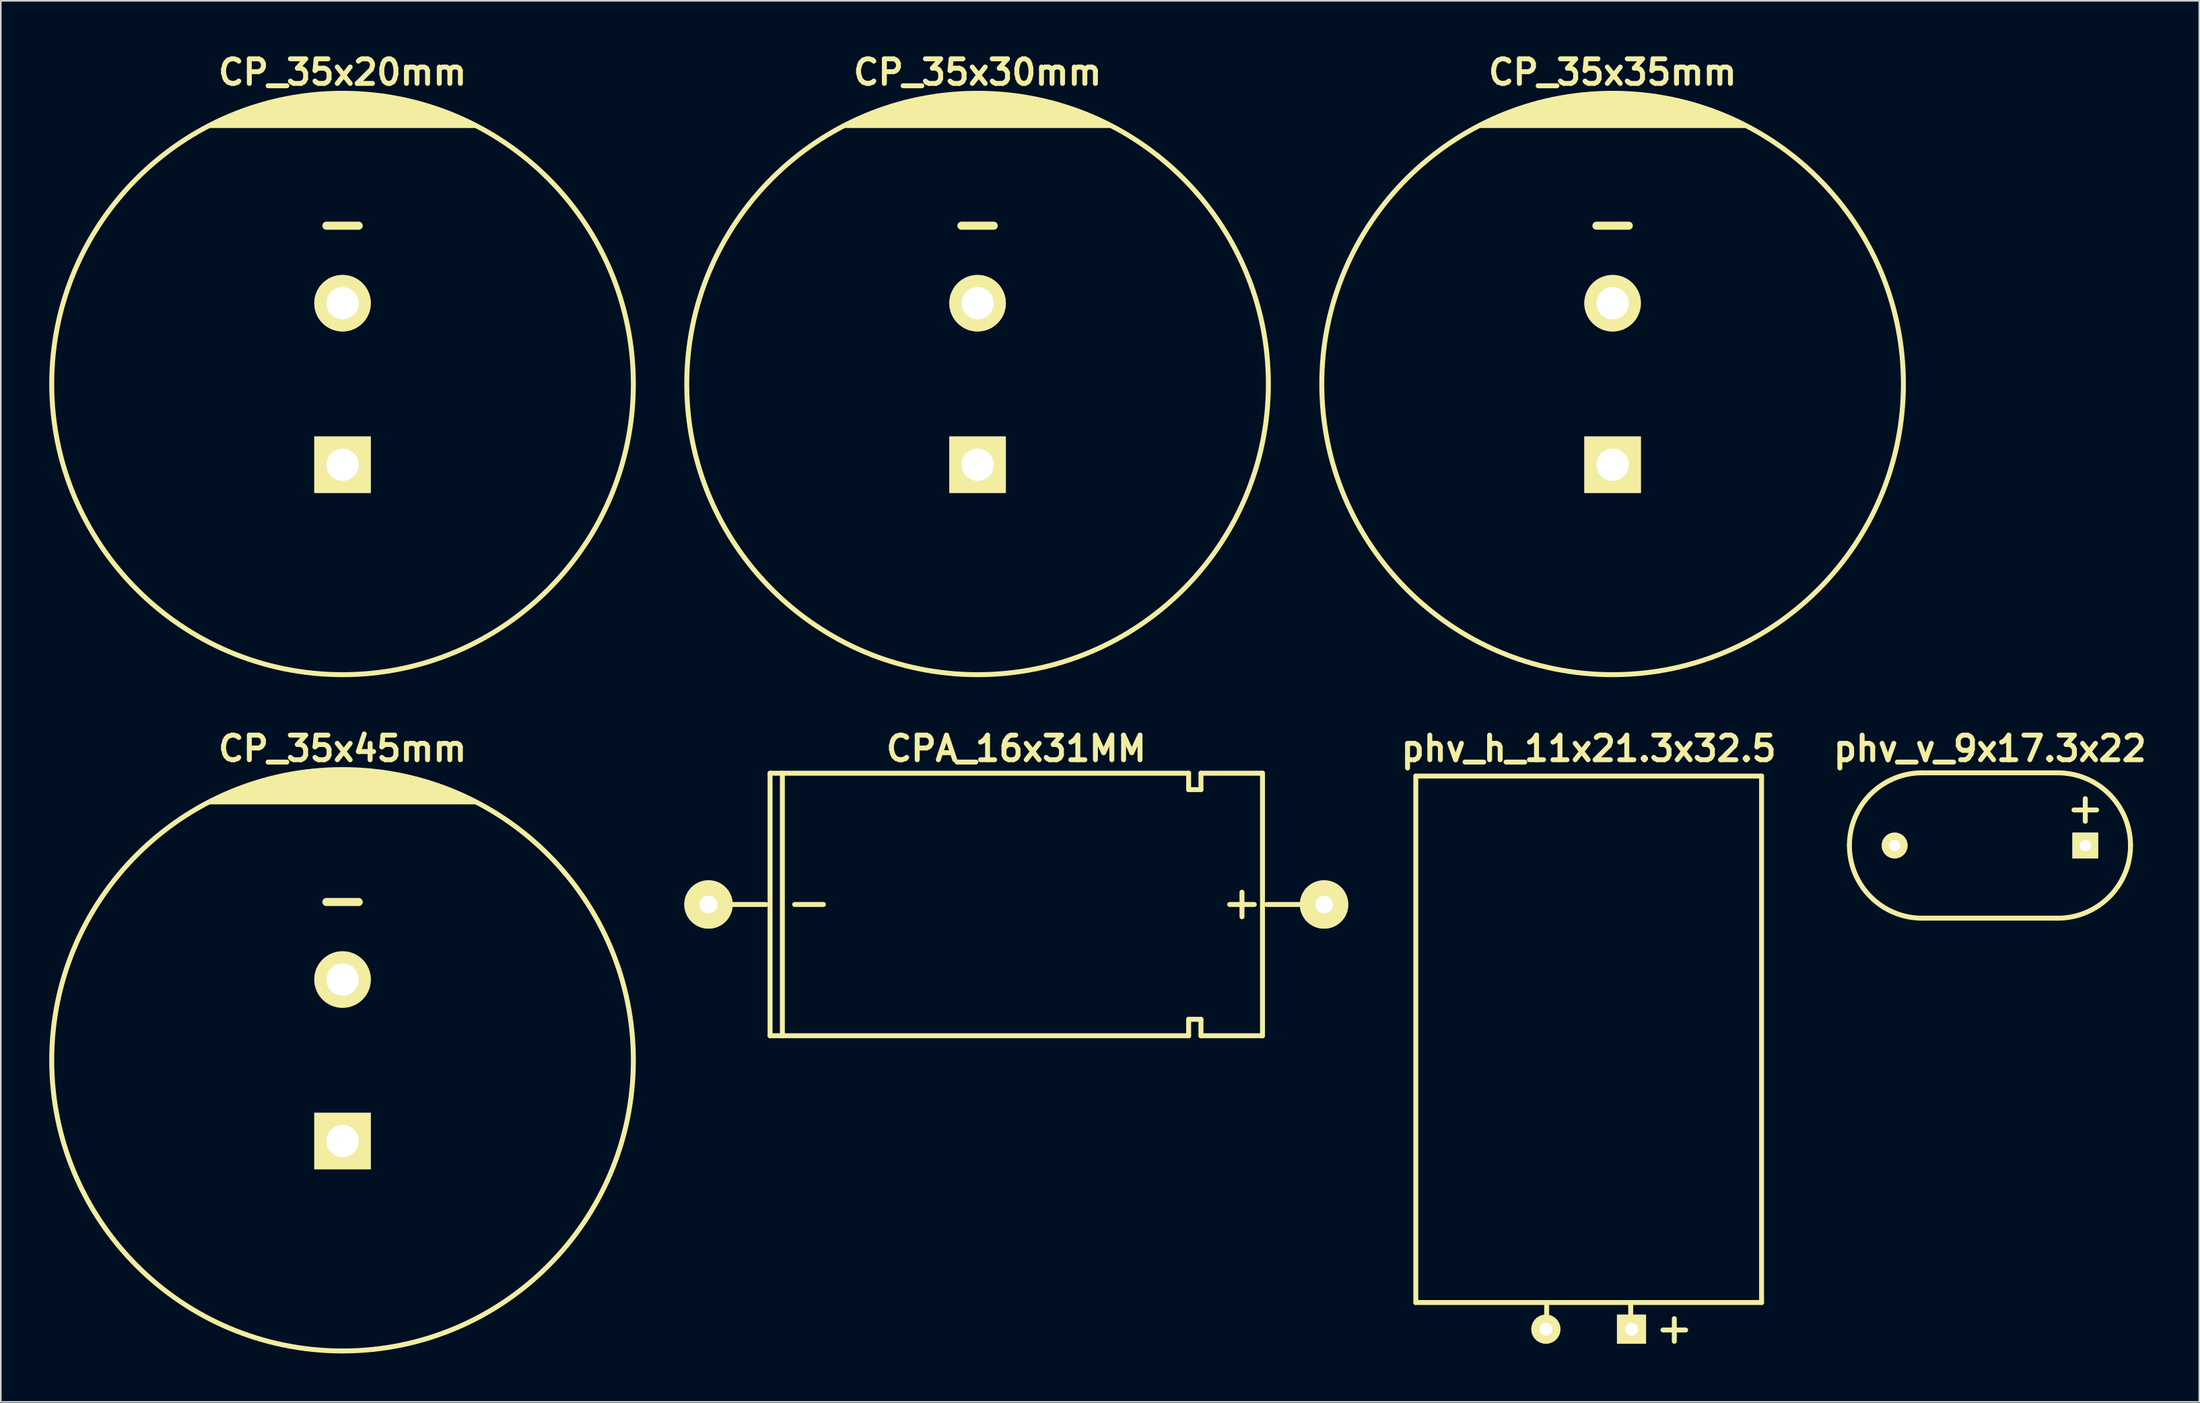
<source format=kicad_pcb>
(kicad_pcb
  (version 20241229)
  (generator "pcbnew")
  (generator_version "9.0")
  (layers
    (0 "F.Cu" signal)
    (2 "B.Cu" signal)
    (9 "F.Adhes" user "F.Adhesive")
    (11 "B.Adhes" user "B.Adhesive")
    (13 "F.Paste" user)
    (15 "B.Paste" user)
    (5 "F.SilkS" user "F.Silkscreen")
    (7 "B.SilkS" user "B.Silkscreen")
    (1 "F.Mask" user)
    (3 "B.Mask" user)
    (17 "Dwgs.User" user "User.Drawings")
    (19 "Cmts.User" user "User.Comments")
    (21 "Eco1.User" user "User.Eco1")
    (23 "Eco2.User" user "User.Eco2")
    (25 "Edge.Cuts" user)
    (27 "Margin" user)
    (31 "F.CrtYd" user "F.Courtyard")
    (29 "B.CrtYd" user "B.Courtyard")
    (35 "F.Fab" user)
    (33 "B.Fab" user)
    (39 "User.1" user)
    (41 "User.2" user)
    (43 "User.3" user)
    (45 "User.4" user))
  (footprint "phv_v_9x17.3x22"
    (layer "F.Cu")
    (at 120.119 49.305)
    (property "Reference" "phv_v_9x17.3x22" (at 0 -6 0) (layer "F.SilkS") (effects (font (size 1.524 1.524) (thickness 0.305))))
    (attr through_hole)
    (fp_line (start -4.2 4.5) (end 4.2 4.5) (stroke (width 0.305) (type solid)) (layer "F.SilkS"))
    (fp_line (start 4.2 -4.5) (end -4.2 -4.5) (stroke (width 0.305) (type solid)) (layer "F.SilkS"))
    (fp_line (start 5.2 -2.2) (end 6.6 -2.2) (stroke (width 0.305) (type solid)) (layer "F.SilkS"))
    (fp_line (start 5.9 -1.5) (end 5.9 -2.9) (stroke (width 0.305) (type solid)) (layer "F.SilkS"))
    (fp_arc (start -8.7 0) (mid -7.381981 -3.181981) (end -4.2 -4.5) (stroke (width 0.3048) (type solid)) (layer "F.SilkS"))
    (fp_arc (start -4.2 4.5) (mid -7.381981 3.181981) (end -8.7 0) (stroke (width 0.3048) (type solid)) (layer "F.SilkS"))
    (fp_arc (start 4.2 -4.5) (mid 7.381981 -3.181981) (end 8.7 0) (stroke (width 0.3048) (type solid)) (layer "F.SilkS"))
    (fp_arc (start 8.7 0) (mid 7.381981 3.181981) (end 4.2 4.5) (stroke (width 0.3048) (type solid)) (layer "F.SilkS"))
    (pad "1" thru_hole rect (at 5.9 0) (size 1.6 1.6) (drill 0.7) (layers "*.Cu" "*.Mask" "F.SilkS"))
    (pad "2" thru_hole circle (at -5.9 0) (size 1.6 1.6) (drill 0.7) (layers "*.Cu" "*.Mask" "F.SilkS")))
  (footprint "CP_35x35mm"
    (layer "F.Cu")
    (at 96.762 20.726)
    (property "Reference" "CP_35x35mm" (at 0 -19.3 0) (layer "F.SilkS") (effects (font (size 1.524 1.524) (thickness 0.305))))
    (attr through_hole)
    (fp_line (start -8.2 -16) (end 8.2 -16) (stroke (width 0.305) (type solid)) (layer "F.SilkS"))
    (fp_line (start -7.8 -16.2) (end 7.8 -16.2) (stroke (width 0.305) (type solid)) (layer "F.SilkS"))
    (fp_line (start -7.4 -16.4) (end 7.4 -16.4) (stroke (width 0.305) (type solid)) (layer "F.SilkS"))
    (fp_line (start -6.9 -16.6) (end 6.9 -16.6) (stroke (width 0.305) (type solid)) (layer "F.SilkS"))
    (fp_line (start -6.4 -16.8) (end 6.4 -16.8) (stroke (width 0.305) (type solid)) (layer "F.SilkS"))
    (fp_line (start -5.9 -17) (end 5.9 -17) (stroke (width 0.305) (type solid)) (layer "F.SilkS"))
    (fp_line (start -5.2 -17.2) (end 5.2 -17.2) (stroke (width 0.305) (type solid)) (layer "F.SilkS"))
    (fp_line (start -4.6 -17.4) (end 4.6 -17.4) (stroke (width 0.305) (type solid)) (layer "F.SilkS"))
    (fp_line (start -3.7 -17.6) (end 3.7 -17.6) (stroke (width 0.305) (type solid)) (layer "F.SilkS"))
    (fp_line (start -2.6 -17.8) (end 2.6 -17.8) (stroke (width 0.305) (type solid)) (layer "F.SilkS"))
    (fp_line (start -1 -9.8) (end 1 -9.8) (stroke (width 0.5) (type solid)) (layer "F.SilkS"))
    (fp_circle (center 0 0) (end -18 0) (stroke (width 0.305) (type solid)) (fill no) (layer "F.SilkS"))
    (pad "1" thru_hole rect (at 0 5) (size 3.5 3.5) (drill 2) (layers "*.Cu" "*.Mask" "F.SilkS"))
    (pad "2" thru_hole circle (at 0 -5) (size 3.5 3.5) (drill 2) (layers "*.Cu" "*.Mask" "F.SilkS")))
  (footprint "CP_35x45mm"
    (layer "F.Cu")
    (at 18.152 62.605)
    (property "Reference" "CP_35x45mm" (at 0 -19.3 0) (layer "F.SilkS") (effects (font (size 1.524 1.524) (thickness 0.305))))
    (attr through_hole)
    (fp_line (start -8.2 -16) (end 8.2 -16) (stroke (width 0.305) (type solid)) (layer "F.SilkS"))
    (fp_line (start -7.8 -16.2) (end 7.8 -16.2) (stroke (width 0.305) (type solid)) (layer "F.SilkS"))
    (fp_line (start -7.4 -16.4) (end 7.4 -16.4) (stroke (width 0.305) (type solid)) (layer "F.SilkS"))
    (fp_line (start -6.9 -16.6) (end 6.9 -16.6) (stroke (width 0.305) (type solid)) (layer "F.SilkS"))
    (fp_line (start -6.4 -16.8) (end 6.4 -16.8) (stroke (width 0.305) (type solid)) (layer "F.SilkS"))
    (fp_line (start -5.9 -17) (end 5.9 -17) (stroke (width 0.305) (type solid)) (layer "F.SilkS"))
    (fp_line (start -5.2 -17.2) (end 5.2 -17.2) (stroke (width 0.305) (type solid)) (layer "F.SilkS"))
    (fp_line (start -4.6 -17.4) (end 4.6 -17.4) (stroke (width 0.305) (type solid)) (layer "F.SilkS"))
    (fp_line (start -3.7 -17.6) (end 3.7 -17.6) (stroke (width 0.305) (type solid)) (layer "F.SilkS"))
    (fp_line (start -2.6 -17.8) (end 2.6 -17.8) (stroke (width 0.305) (type solid)) (layer "F.SilkS"))
    (fp_line (start -1 -9.8) (end 1 -9.8) (stroke (width 0.5) (type solid)) (layer "F.SilkS"))
    (fp_circle (center 0 0) (end -18 0) (stroke (width 0.305) (type solid)) (fill no) (layer "F.SilkS"))
    (pad "1" thru_hole rect (at 0 5) (size 3.5 3.5) (drill 2) (layers "*.Cu" "*.Mask" "F.SilkS"))
    (pad "2" thru_hole circle (at 0 -5) (size 3.5 3.5) (drill 2) (layers "*.Cu" "*.Mask" "F.SilkS")))
  (footprint "CP_35x30mm"
    (layer "F.Cu")
    (at 57.457 20.726)
    (property "Reference" "CP_35x30mm" (at 0 -19.3 0) (layer "F.SilkS") (effects (font (size 1.524 1.524) (thickness 0.305))))
    (attr through_hole)
    (fp_line (start -8.2 -16) (end 8.2 -16) (stroke (width 0.305) (type solid)) (layer "F.SilkS"))
    (fp_line (start -7.8 -16.2) (end 7.8 -16.2) (stroke (width 0.305) (type solid)) (layer "F.SilkS"))
    (fp_line (start -7.4 -16.4) (end 7.4 -16.4) (stroke (width 0.305) (type solid)) (layer "F.SilkS"))
    (fp_line (start -6.9 -16.6) (end 6.9 -16.6) (stroke (width 0.305) (type solid)) (layer "F.SilkS"))
    (fp_line (start -6.4 -16.8) (end 6.4 -16.8) (stroke (width 0.305) (type solid)) (layer "F.SilkS"))
    (fp_line (start -5.9 -17) (end 5.9 -17) (stroke (width 0.305) (type solid)) (layer "F.SilkS"))
    (fp_line (start -5.2 -17.2) (end 5.2 -17.2) (stroke (width 0.305) (type solid)) (layer "F.SilkS"))
    (fp_line (start -4.6 -17.4) (end 4.6 -17.4) (stroke (width 0.305) (type solid)) (layer "F.SilkS"))
    (fp_line (start -3.7 -17.6) (end 3.7 -17.6) (stroke (width 0.305) (type solid)) (layer "F.SilkS"))
    (fp_line (start -2.6 -17.8) (end 2.6 -17.8) (stroke (width 0.305) (type solid)) (layer "F.SilkS"))
    (fp_line (start -1 -9.8) (end 1 -9.8) (stroke (width 0.5) (type solid)) (layer "F.SilkS"))
    (fp_circle (center 0 0) (end -18 0) (stroke (width 0.305) (type solid)) (fill no) (layer "F.SilkS"))
    (pad "1" thru_hole rect (at 0 5) (size 3.5 3.5) (drill 2) (layers "*.Cu" "*.Mask" "F.SilkS"))
    (pad "2" thru_hole circle (at 0 -5) (size 3.5 3.5) (drill 2) (layers "*.Cu" "*.Mask" "F.SilkS")))
  (footprint "phv_h_11x21.3x32.5"
    (layer "F.Cu")
    (at 95.282 62.305)
    (property "Reference" "phv_h_11x21.3x32.5" (at 0 -19 0) (layer "F.SilkS") (effects (font (size 1.524 1.524) (thickness 0.305))))
    (attr through_hole)
    (fp_line (start -10.7 -17.3) (end 10.7 -17.3) (stroke (width 0.305) (type solid)) (layer "F.SilkS"))
    (fp_line (start -10.7 15.3) (end -10.7 -17.3) (stroke (width 0.305) (type solid)) (layer "F.SilkS"))
    (fp_line (start -10.7 15.3) (end 10.7 15.3) (stroke (width 0.305) (type solid)) (layer "F.SilkS"))
    (fp_line (start -2.6 17) (end -2.6 15.3) (stroke (width 0.305) (type solid)) (layer "F.SilkS"))
    (fp_line (start 2.6 17) (end 2.6 15.3) (stroke (width 0.305) (type solid)) (layer "F.SilkS"))
    (fp_line (start 4.6 17) (end 6 17) (stroke (width 0.305) (type solid)) (layer "F.SilkS"))
    (fp_line (start 5.3 17.7) (end 5.3 16.3) (stroke (width 0.305) (type solid)) (layer "F.SilkS"))
    (fp_line (start 10.7 15.3) (end 10.7 -17.3) (stroke (width 0.305) (type solid)) (layer "F.SilkS"))
    (pad "1" thru_hole rect (at 2.65 16.95) (size 1.8 1.8) (drill 0.8) (layers "*.Cu" "*.Mask" "F.SilkS"))
    (pad "2" thru_hole circle (at -2.65 16.95) (size 1.8 1.8) (drill 0.8) (layers "*.Cu" "*.Mask" "F.SilkS")))
  (footprint "CP_35x20mm"
    (layer "F.Cu")
    (at 18.152 20.726)
    (property "Reference" "CP_35x20mm" (at 0 -19.3 0) (layer "F.SilkS") (effects (font (size 1.524 1.524) (thickness 0.305))))
    (attr through_hole)
    (fp_line (start -8.2 -16) (end 8.2 -16) (stroke (width 0.305) (type solid)) (layer "F.SilkS"))
    (fp_line (start -7.8 -16.2) (end 7.8 -16.2) (stroke (width 0.305) (type solid)) (layer "F.SilkS"))
    (fp_line (start -7.4 -16.4) (end 7.4 -16.4) (stroke (width 0.305) (type solid)) (layer "F.SilkS"))
    (fp_line (start -6.9 -16.6) (end 6.9 -16.6) (stroke (width 0.305) (type solid)) (layer "F.SilkS"))
    (fp_line (start -6.4 -16.8) (end 6.4 -16.8) (stroke (width 0.305) (type solid)) (layer "F.SilkS"))
    (fp_line (start -5.9 -17) (end 5.9 -17) (stroke (width 0.305) (type solid)) (layer "F.SilkS"))
    (fp_line (start -5.2 -17.2) (end 5.2 -17.2) (stroke (width 0.305) (type solid)) (layer "F.SilkS"))
    (fp_line (start -4.6 -17.4) (end 4.6 -17.4) (stroke (width 0.305) (type solid)) (layer "F.SilkS"))
    (fp_line (start -3.7 -17.6) (end 3.7 -17.6) (stroke (width 0.305) (type solid)) (layer "F.SilkS"))
    (fp_line (start -2.6 -17.8) (end 2.6 -17.8) (stroke (width 0.305) (type solid)) (layer "F.SilkS"))
    (fp_line (start -1 -9.8) (end 1 -9.8) (stroke (width 0.5) (type solid)) (layer "F.SilkS"))
    (fp_circle (center 0 0) (end -18 0) (stroke (width 0.305) (type solid)) (fill no) (layer "F.SilkS"))
    (pad "1" thru_hole rect (at 0 5) (size 3.5 3.5) (drill 2) (layers "*.Cu" "*.Mask" "F.SilkS"))
    (pad "2" thru_hole circle (at 0 -5) (size 3.5 3.5) (drill 2) (layers "*.Cu" "*.Mask" "F.SilkS")))
  (footprint "CPA_16x31MM"
    (layer "F.Cu")
    (at 59.853 52.957)
    (property "Reference" "CPA_16x31MM" (at 0 -9.652 0) (layer "F.SilkS") (effects (font (size 1.524 1.524) (thickness 0.305))))
    (attr through_hole)
    (fp_line (start -15.494 0) (end -19.05 0) (stroke (width 0.305) (type solid)) (layer "F.SilkS"))
    (fp_line (start -15.24 -8.128) (end 10.668 -8.128) (stroke (width 0.305) (type solid)) (layer "F.SilkS"))
    (fp_line (start -15.24 8.128) (end -15.24 -8.128) (stroke (width 0.305) (type solid)) (layer "F.SilkS"))
    (fp_line (start -14.478 -8.128) (end -14.478 8.128) (stroke (width 0.305) (type solid)) (layer "F.SilkS"))
    (fp_line (start -13.716 0) (end -11.938 0) (stroke (width 0.305) (type solid)) (layer "F.SilkS"))
    (fp_line (start 10.668 -8.128) (end 10.668 -7.112) (stroke (width 0.305) (type solid)) (layer "F.SilkS"))
    (fp_line (start 10.668 -7.112) (end 11.43 -7.112) (stroke (width 0.305) (type solid)) (layer "F.SilkS"))
    (fp_line (start 10.668 7.112) (end 10.668 8.128) (stroke (width 0.305) (type solid)) (layer "F.SilkS"))
    (fp_line (start 10.668 8.128) (end -15.24 8.128) (stroke (width 0.305) (type solid)) (layer "F.SilkS"))
    (fp_line (start 11.43 -8.128) (end 15.24 -8.128) (stroke (width 0.305) (type solid)) (layer "F.SilkS"))
    (fp_line (start 11.43 -7.112) (end 11.43 -8.128) (stroke (width 0.305) (type solid)) (layer "F.SilkS"))
    (fp_line (start 11.43 7.112) (end 10.668 7.112) (stroke (width 0.305) (type solid)) (layer "F.SilkS"))
    (fp_line (start 11.43 8.128) (end 11.43 7.112) (stroke (width 0.305) (type solid)) (layer "F.SilkS"))
    (fp_line (start 13.97 0.762) (end 13.97 -0.762) (stroke (width 0.305) (type solid)) (layer "F.SilkS"))
    (fp_line (start 14.732 0) (end 13.208 0) (stroke (width 0.305) (type solid)) (layer "F.SilkS"))
    (fp_line (start 15.24 8.128) (end 11.43 8.128) (stroke (width 0.305) (type solid)) (layer "F.SilkS"))
    (fp_line (start 15.24 8.128) (end 15.24 -8.128) (stroke (width 0.305) (type solid)) (layer "F.SilkS"))
    (fp_line (start 15.494 0) (end 19.05 0) (stroke (width 0.305) (type solid)) (layer "F.SilkS"))
    (pad "1" thru_hole circle (at 19.05 0) (size 2.997 2.997) (drill 1.1) (layers "*.Cu" "*.Mask" "F.SilkS"))
    (pad "2" thru_hole circle (at -19.05 0) (size 2.997 2.997) (drill 1.1) (layers "*.Cu" "*.Mask" "F.SilkS")))
  (gr_rect
    (start -3 -3)
    (end 133.075 83.758)
    (stroke (width 0.1) (type default))
    (fill no)
    (layer "Edge.Cuts")))
</source>
